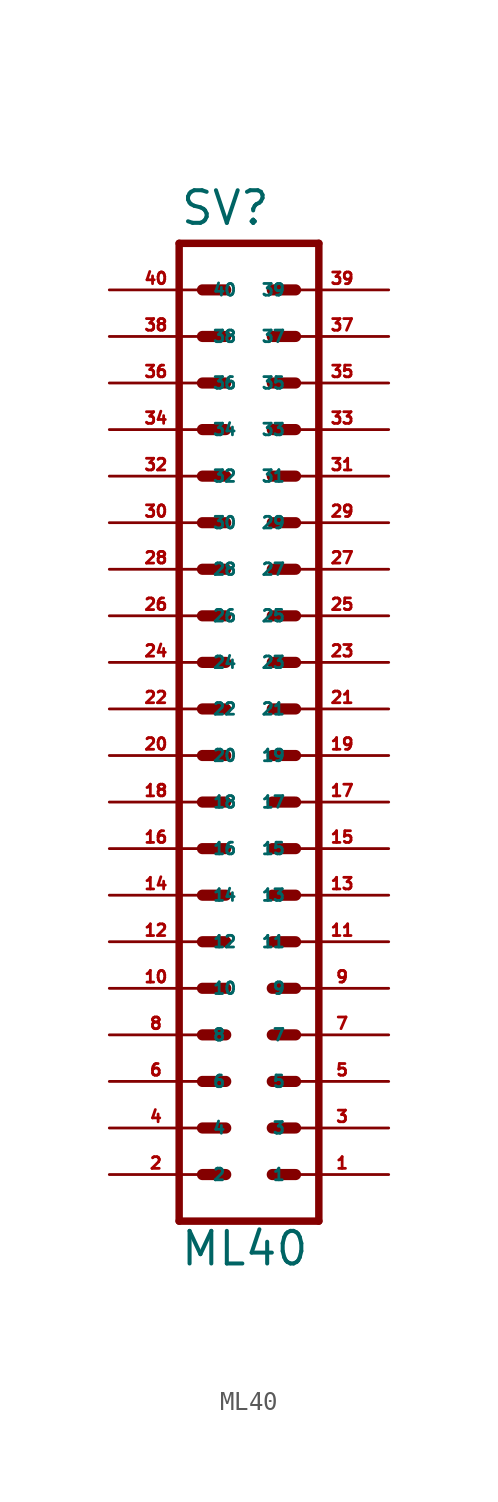
<source format=kicad_sym>
(kicad_symbol_lib
  (version 20220914)
  (generator Eagle2Kicad)
  (symbol "ML40"
    (property "Reference" "SV"
      (at -3.81 26.289 0)
      (effects (font (size 1.778 1.778) (thickness 0.22)) (justify left bottom)))
    (property "Value" "ML40"
      (at -3.81 -30.48 0)
      (effects (font (size 1.778 1.778) (thickness 0.22)) (justify left bottom)))
    (polyline
      (pts (xy 3.81 -27.94) (xy -3.81 -27.94))
      (stroke (width 0.406) (type default))
      (fill (type none)))
    (polyline
      (pts (xy -3.81 25.4) (xy -3.81 -27.94))
      (stroke (width 0.406) (type default))
      (fill (type none)))
    (polyline
      (pts (xy -3.81 25.4) (xy 3.81 25.4))
      (stroke (width 0.406) (type default))
      (fill (type none)))
    (polyline
      (pts (xy 3.81 -27.94) (xy 3.81 25.4))
      (stroke (width 0.406) (type default))
      (fill (type none)))
    (polyline
      (pts (xy 1.27 -15.24) (xy 2.54 -15.24))
      (stroke (width 0.61) (type default))
      (fill (type none)))
    (polyline
      (pts (xy 1.27 -17.78) (xy 2.54 -17.78))
      (stroke (width 0.61) (type default))
      (fill (type none)))
    (polyline
      (pts (xy 1.27 -20.32) (xy 2.54 -20.32))
      (stroke (width 0.61) (type default))
      (fill (type none)))
    (polyline
      (pts (xy 1.27 -22.86) (xy 2.54 -22.86))
      (stroke (width 0.61) (type default))
      (fill (type none)))
    (polyline
      (pts (xy 1.27 -25.4) (xy 2.54 -25.4))
      (stroke (width 0.61) (type default))
      (fill (type none)))
    (polyline
      (pts (xy -2.54 -15.24) (xy -1.27 -15.24))
      (stroke (width 0.61) (type default))
      (fill (type none)))
    (polyline
      (pts (xy -2.54 -17.78) (xy -1.27 -17.78))
      (stroke (width 0.61) (type default))
      (fill (type none)))
    (polyline
      (pts (xy -2.54 -20.32) (xy -1.27 -20.32))
      (stroke (width 0.61) (type default))
      (fill (type none)))
    (polyline
      (pts (xy -2.54 -22.86) (xy -1.27 -22.86))
      (stroke (width 0.61) (type default))
      (fill (type none)))
    (polyline
      (pts (xy -2.54 -25.4) (xy -1.27 -25.4))
      (stroke (width 0.61) (type default))
      (fill (type none)))
    (polyline
      (pts (xy 1.27 -12.7) (xy 2.54 -12.7))
      (stroke (width 0.61) (type default))
      (fill (type none)))
    (polyline
      (pts (xy 1.27 -10.16) (xy 2.54 -10.16))
      (stroke (width 0.61) (type default))
      (fill (type none)))
    (polyline
      (pts (xy 1.27 -7.62) (xy 2.54 -7.62))
      (stroke (width 0.61) (type default))
      (fill (type none)))
    (polyline
      (pts (xy 1.27 -5.08) (xy 2.54 -5.08))
      (stroke (width 0.61) (type default))
      (fill (type none)))
    (polyline
      (pts (xy 1.27 -2.54) (xy 2.54 -2.54))
      (stroke (width 0.61) (type default))
      (fill (type none)))
    (polyline
      (pts (xy -2.54 -12.7) (xy -1.27 -12.7))
      (stroke (width 0.61) (type default))
      (fill (type none)))
    (polyline
      (pts (xy -2.54 -10.16) (xy -1.27 -10.16))
      (stroke (width 0.61) (type default))
      (fill (type none)))
    (polyline
      (pts (xy -2.54 -7.62) (xy -1.27 -7.62))
      (stroke (width 0.61) (type default))
      (fill (type none)))
    (polyline
      (pts (xy -2.54 -5.08) (xy -1.27 -5.08))
      (stroke (width 0.61) (type default))
      (fill (type none)))
    (polyline
      (pts (xy -2.54 -2.54) (xy -1.27 -2.54))
      (stroke (width 0.61) (type default))
      (fill (type none)))
    (polyline
      (pts (xy 1.27 0) (xy 2.54 0))
      (stroke (width 0.61) (type default))
      (fill (type none)))
    (polyline
      (pts (xy 1.27 2.54) (xy 2.54 2.54))
      (stroke (width 0.61) (type default))
      (fill (type none)))
    (polyline
      (pts (xy 1.27 5.08) (xy 2.54 5.08))
      (stroke (width 0.61) (type default))
      (fill (type none)))
    (polyline
      (pts (xy -2.54 0) (xy -1.27 0))
      (stroke (width 0.61) (type default))
      (fill (type none)))
    (polyline
      (pts (xy -2.54 2.54) (xy -1.27 2.54))
      (stroke (width 0.61) (type default))
      (fill (type none)))
    (polyline
      (pts (xy -2.54 5.08) (xy -1.27 5.08))
      (stroke (width 0.61) (type default))
      (fill (type none)))
    (polyline
      (pts (xy 1.27 7.62) (xy 2.54 7.62))
      (stroke (width 0.61) (type default))
      (fill (type none)))
    (polyline
      (pts (xy 1.27 10.16) (xy 2.54 10.16))
      (stroke (width 0.61) (type default))
      (fill (type none)))
    (polyline
      (pts (xy 1.27 12.7) (xy 2.54 12.7))
      (stroke (width 0.61) (type default))
      (fill (type none)))
    (polyline
      (pts (xy 1.27 15.24) (xy 2.54 15.24))
      (stroke (width 0.61) (type default))
      (fill (type none)))
    (polyline
      (pts (xy 1.27 17.78) (xy 2.54 17.78))
      (stroke (width 0.61) (type default))
      (fill (type none)))
    (polyline
      (pts (xy 1.27 20.32) (xy 2.54 20.32))
      (stroke (width 0.61) (type default))
      (fill (type none)))
    (polyline
      (pts (xy 1.27 22.86) (xy 2.54 22.86))
      (stroke (width 0.61) (type default))
      (fill (type none)))
    (polyline
      (pts (xy -2.54 7.62) (xy -1.27 7.62))
      (stroke (width 0.61) (type default))
      (fill (type none)))
    (polyline
      (pts (xy -2.54 10.16) (xy -1.27 10.16))
      (stroke (width 0.61) (type default))
      (fill (type none)))
    (polyline
      (pts (xy -2.54 12.7) (xy -1.27 12.7))
      (stroke (width 0.61) (type default))
      (fill (type none)))
    (polyline
      (pts (xy -2.54 15.24) (xy -1.27 15.24))
      (stroke (width 0.61) (type default))
      (fill (type none)))
    (polyline
      (pts (xy -2.54 17.78) (xy -1.27 17.78))
      (stroke (width 0.61) (type default))
      (fill (type none)))
    (polyline
      (pts (xy -2.54 20.32) (xy -1.27 20.32))
      (stroke (width 0.61) (type default))
      (fill (type none)))
    (polyline
      (pts (xy -2.54 22.86) (xy -1.27 22.86))
      (stroke (width 0.61) (type default))
      (fill (type none)))
    (pin passive line
      (at 7.62 -25.4 180)
      (length 5.08)
      (name "1" (effects (font (size 0.635 0.635) (thickness 0.08)) (justify left bottom)))
      (number "1" (effects (font (size 0.635 0.635) (thickness 0.08)) (justify left bottom))))
    (pin passive line
      (at 7.62 -22.86 180)
      (length 5.08)
      (name "3" (effects (font (size 0.635 0.635) (thickness 0.08)) (justify left bottom)))
      (number "3" (effects (font (size 0.635 0.635) (thickness 0.08)) (justify left bottom))))
    (pin passive line
      (at 7.62 -20.32 180)
      (length 5.08)
      (name "5" (effects (font (size 0.635 0.635) (thickness 0.08)) (justify left bottom)))
      (number "5" (effects (font (size 0.635 0.635) (thickness 0.08)) (justify left bottom))))
    (pin passive line
      (at 7.62 -17.78 180)
      (length 5.08)
      (name "7" (effects (font (size 0.635 0.635) (thickness 0.08)) (justify left bottom)))
      (number "7" (effects (font (size 0.635 0.635) (thickness 0.08)) (justify left bottom))))
    (pin passive line
      (at 7.62 -15.24 180)
      (length 5.08)
      (name "9" (effects (font (size 0.635 0.635) (thickness 0.08)) (justify left bottom)))
      (number "9" (effects (font (size 0.635 0.635) (thickness 0.08)) (justify left bottom))))
    (pin passive line
      (at 7.62 -12.7 180)
      (length 5.08)
      (name "11" (effects (font (size 0.635 0.635) (thickness 0.08)) (justify left bottom)))
      (number "11" (effects (font (size 0.635 0.635) (thickness 0.08)) (justify left bottom))))
    (pin passive line
      (at 7.62 -10.16 180)
      (length 5.08)
      (name "13" (effects (font (size 0.635 0.635) (thickness 0.08)) (justify left bottom)))
      (number "13" (effects (font (size 0.635 0.635) (thickness 0.08)) (justify left bottom))))
    (pin passive line
      (at 7.62 -7.62 180)
      (length 5.08)
      (name "15" (effects (font (size 0.635 0.635) (thickness 0.08)) (justify left bottom)))
      (number "15" (effects (font (size 0.635 0.635) (thickness 0.08)) (justify left bottom))))
    (pin passive line
      (at 7.62 -5.08 180)
      (length 5.08)
      (name "17" (effects (font (size 0.635 0.635) (thickness 0.08)) (justify left bottom)))
      (number "17" (effects (font (size 0.635 0.635) (thickness 0.08)) (justify left bottom))))
    (pin passive line
      (at 7.62 -2.54 180)
      (length 5.08)
      (name "19" (effects (font (size 0.635 0.635) (thickness 0.08)) (justify left bottom)))
      (number "19" (effects (font (size 0.635 0.635) (thickness 0.08)) (justify left bottom))))
    (pin passive line
      (at 7.62 0 180)
      (length 5.08)
      (name "21" (effects (font (size 0.635 0.635) (thickness 0.08)) (justify left bottom)))
      (number "21" (effects (font (size 0.635 0.635) (thickness 0.08)) (justify left bottom))))
    (pin passive line
      (at 7.62 2.54 180)
      (length 5.08)
      (name "23" (effects (font (size 0.635 0.635) (thickness 0.08)) (justify left bottom)))
      (number "23" (effects (font (size 0.635 0.635) (thickness 0.08)) (justify left bottom))))
    (pin passive line
      (at 7.62 5.08 180)
      (length 5.08)
      (name "25" (effects (font (size 0.635 0.635) (thickness 0.08)) (justify left bottom)))
      (number "25" (effects (font (size 0.635 0.635) (thickness 0.08)) (justify left bottom))))
    (pin passive line
      (at 7.62 7.62 180)
      (length 5.08)
      (name "27" (effects (font (size 0.635 0.635) (thickness 0.08)) (justify left bottom)))
      (number "27" (effects (font (size 0.635 0.635) (thickness 0.08)) (justify left bottom))))
    (pin passive line
      (at 7.62 10.16 180)
      (length 5.08)
      (name "29" (effects (font (size 0.635 0.635) (thickness 0.08)) (justify left bottom)))
      (number "29" (effects (font (size 0.635 0.635) (thickness 0.08)) (justify left bottom))))
    (pin passive line
      (at 7.62 12.7 180)
      (length 5.08)
      (name "31" (effects (font (size 0.635 0.635) (thickness 0.08)) (justify left bottom)))
      (number "31" (effects (font (size 0.635 0.635) (thickness 0.08)) (justify left bottom))))
    (pin passive line
      (at 7.62 15.24 180)
      (length 5.08)
      (name "33" (effects (font (size 0.635 0.635) (thickness 0.08)) (justify left bottom)))
      (number "33" (effects (font (size 0.635 0.635) (thickness 0.08)) (justify left bottom))))
    (pin passive line
      (at 7.62 17.78 180)
      (length 5.08)
      (name "35" (effects (font (size 0.635 0.635) (thickness 0.08)) (justify left bottom)))
      (number "35" (effects (font (size 0.635 0.635) (thickness 0.08)) (justify left bottom))))
    (pin passive line
      (at 7.62 20.32 180)
      (length 5.08)
      (name "37" (effects (font (size 0.635 0.635) (thickness 0.08)) (justify left bottom)))
      (number "37" (effects (font (size 0.635 0.635) (thickness 0.08)) (justify left bottom))))
    (pin passive line
      (at 7.62 22.86 180)
      (length 5.08)
      (name "39" (effects (font (size 0.635 0.635) (thickness 0.08)) (justify left bottom)))
      (number "39" (effects (font (size 0.635 0.635) (thickness 0.08)) (justify left bottom))))
    (pin passive line
      (at -7.62 -25.4 0)
      (length 5.08)
      (name "2" (effects (font (size 0.635 0.635) (thickness 0.08)) (justify left bottom)))
      (number "2" (effects (font (size 0.635 0.635) (thickness 0.08)) (justify left bottom))))
    (pin passive line
      (at -7.62 -22.86 0)
      (length 5.08)
      (name "4" (effects (font (size 0.635 0.635) (thickness 0.08)) (justify left bottom)))
      (number "4" (effects (font (size 0.635 0.635) (thickness 0.08)) (justify left bottom))))
    (pin passive line
      (at -7.62 -20.32 0)
      (length 5.08)
      (name "6" (effects (font (size 0.635 0.635) (thickness 0.08)) (justify left bottom)))
      (number "6" (effects (font (size 0.635 0.635) (thickness 0.08)) (justify left bottom))))
    (pin passive line
      (at -7.62 -17.78 0)
      (length 5.08)
      (name "8" (effects (font (size 0.635 0.635) (thickness 0.08)) (justify left bottom)))
      (number "8" (effects (font (size 0.635 0.635) (thickness 0.08)) (justify left bottom))))
    (pin passive line
      (at -7.62 -15.24 0)
      (length 5.08)
      (name "10" (effects (font (size 0.635 0.635) (thickness 0.08)) (justify left bottom)))
      (number "10" (effects (font (size 0.635 0.635) (thickness 0.08)) (justify left bottom))))
    (pin passive line
      (at -7.62 -12.7 0)
      (length 5.08)
      (name "12" (effects (font (size 0.635 0.635) (thickness 0.08)) (justify left bottom)))
      (number "12" (effects (font (size 0.635 0.635) (thickness 0.08)) (justify left bottom))))
    (pin passive line
      (at -7.62 -10.16 0)
      (length 5.08)
      (name "14" (effects (font (size 0.635 0.635) (thickness 0.08)) (justify left bottom)))
      (number "14" (effects (font (size 0.635 0.635) (thickness 0.08)) (justify left bottom))))
    (pin passive line
      (at -7.62 -7.62 0)
      (length 5.08)
      (name "16" (effects (font (size 0.635 0.635) (thickness 0.08)) (justify left bottom)))
      (number "16" (effects (font (size 0.635 0.635) (thickness 0.08)) (justify left bottom))))
    (pin passive line
      (at -7.62 -5.08 0)
      (length 5.08)
      (name "18" (effects (font (size 0.635 0.635) (thickness 0.08)) (justify left bottom)))
      (number "18" (effects (font (size 0.635 0.635) (thickness 0.08)) (justify left bottom))))
    (pin passive line
      (at -7.62 -2.54 0)
      (length 5.08)
      (name "20" (effects (font (size 0.635 0.635) (thickness 0.08)) (justify left bottom)))
      (number "20" (effects (font (size 0.635 0.635) (thickness 0.08)) (justify left bottom))))
    (pin passive line
      (at -7.62 0 0)
      (length 5.08)
      (name "22" (effects (font (size 0.635 0.635) (thickness 0.08)) (justify left bottom)))
      (number "22" (effects (font (size 0.635 0.635) (thickness 0.08)) (justify left bottom))))
    (pin passive line
      (at -7.62 2.54 0)
      (length 5.08)
      (name "24" (effects (font (size 0.635 0.635) (thickness 0.08)) (justify left bottom)))
      (number "24" (effects (font (size 0.635 0.635) (thickness 0.08)) (justify left bottom))))
    (pin passive line
      (at -7.62 5.08 0)
      (length 5.08)
      (name "26" (effects (font (size 0.635 0.635) (thickness 0.08)) (justify left bottom)))
      (number "26" (effects (font (size 0.635 0.635) (thickness 0.08)) (justify left bottom))))
    (pin passive line
      (at -7.62 7.62 0)
      (length 5.08)
      (name "28" (effects (font (size 0.635 0.635) (thickness 0.08)) (justify left bottom)))
      (number "28" (effects (font (size 0.635 0.635) (thickness 0.08)) (justify left bottom))))
    (pin passive line
      (at -7.62 10.16 0)
      (length 5.08)
      (name "30" (effects (font (size 0.635 0.635) (thickness 0.08)) (justify left bottom)))
      (number "30" (effects (font (size 0.635 0.635) (thickness 0.08)) (justify left bottom))))
    (pin passive line
      (at -7.62 12.7 0)
      (length 5.08)
      (name "32" (effects (font (size 0.635 0.635) (thickness 0.08)) (justify left bottom)))
      (number "32" (effects (font (size 0.635 0.635) (thickness 0.08)) (justify left bottom))))
    (pin passive line
      (at -7.62 15.24 0)
      (length 5.08)
      (name "34" (effects (font (size 0.635 0.635) (thickness 0.08)) (justify left bottom)))
      (number "34" (effects (font (size 0.635 0.635) (thickness 0.08)) (justify left bottom))))
    (pin passive line
      (at -7.62 17.78 0)
      (length 5.08)
      (name "36" (effects (font (size 0.635 0.635) (thickness 0.08)) (justify left bottom)))
      (number "36" (effects (font (size 0.635 0.635) (thickness 0.08)) (justify left bottom))))
    (pin passive line
      (at -7.62 20.32 0)
      (length 5.08)
      (name "38" (effects (font (size 0.635 0.635) (thickness 0.08)) (justify left bottom)))
      (number "38" (effects (font (size 0.635 0.635) (thickness 0.08)) (justify left bottom))))
    (pin passive line
      (at -7.62 22.86 0)
      (length 5.08)
      (name "40" (effects (font (size 0.635 0.635) (thickness 0.08)) (justify left bottom)))
      (number "40" (effects (font (size 0.635 0.635) (thickness 0.08)) (justify left bottom))))))
</source>
